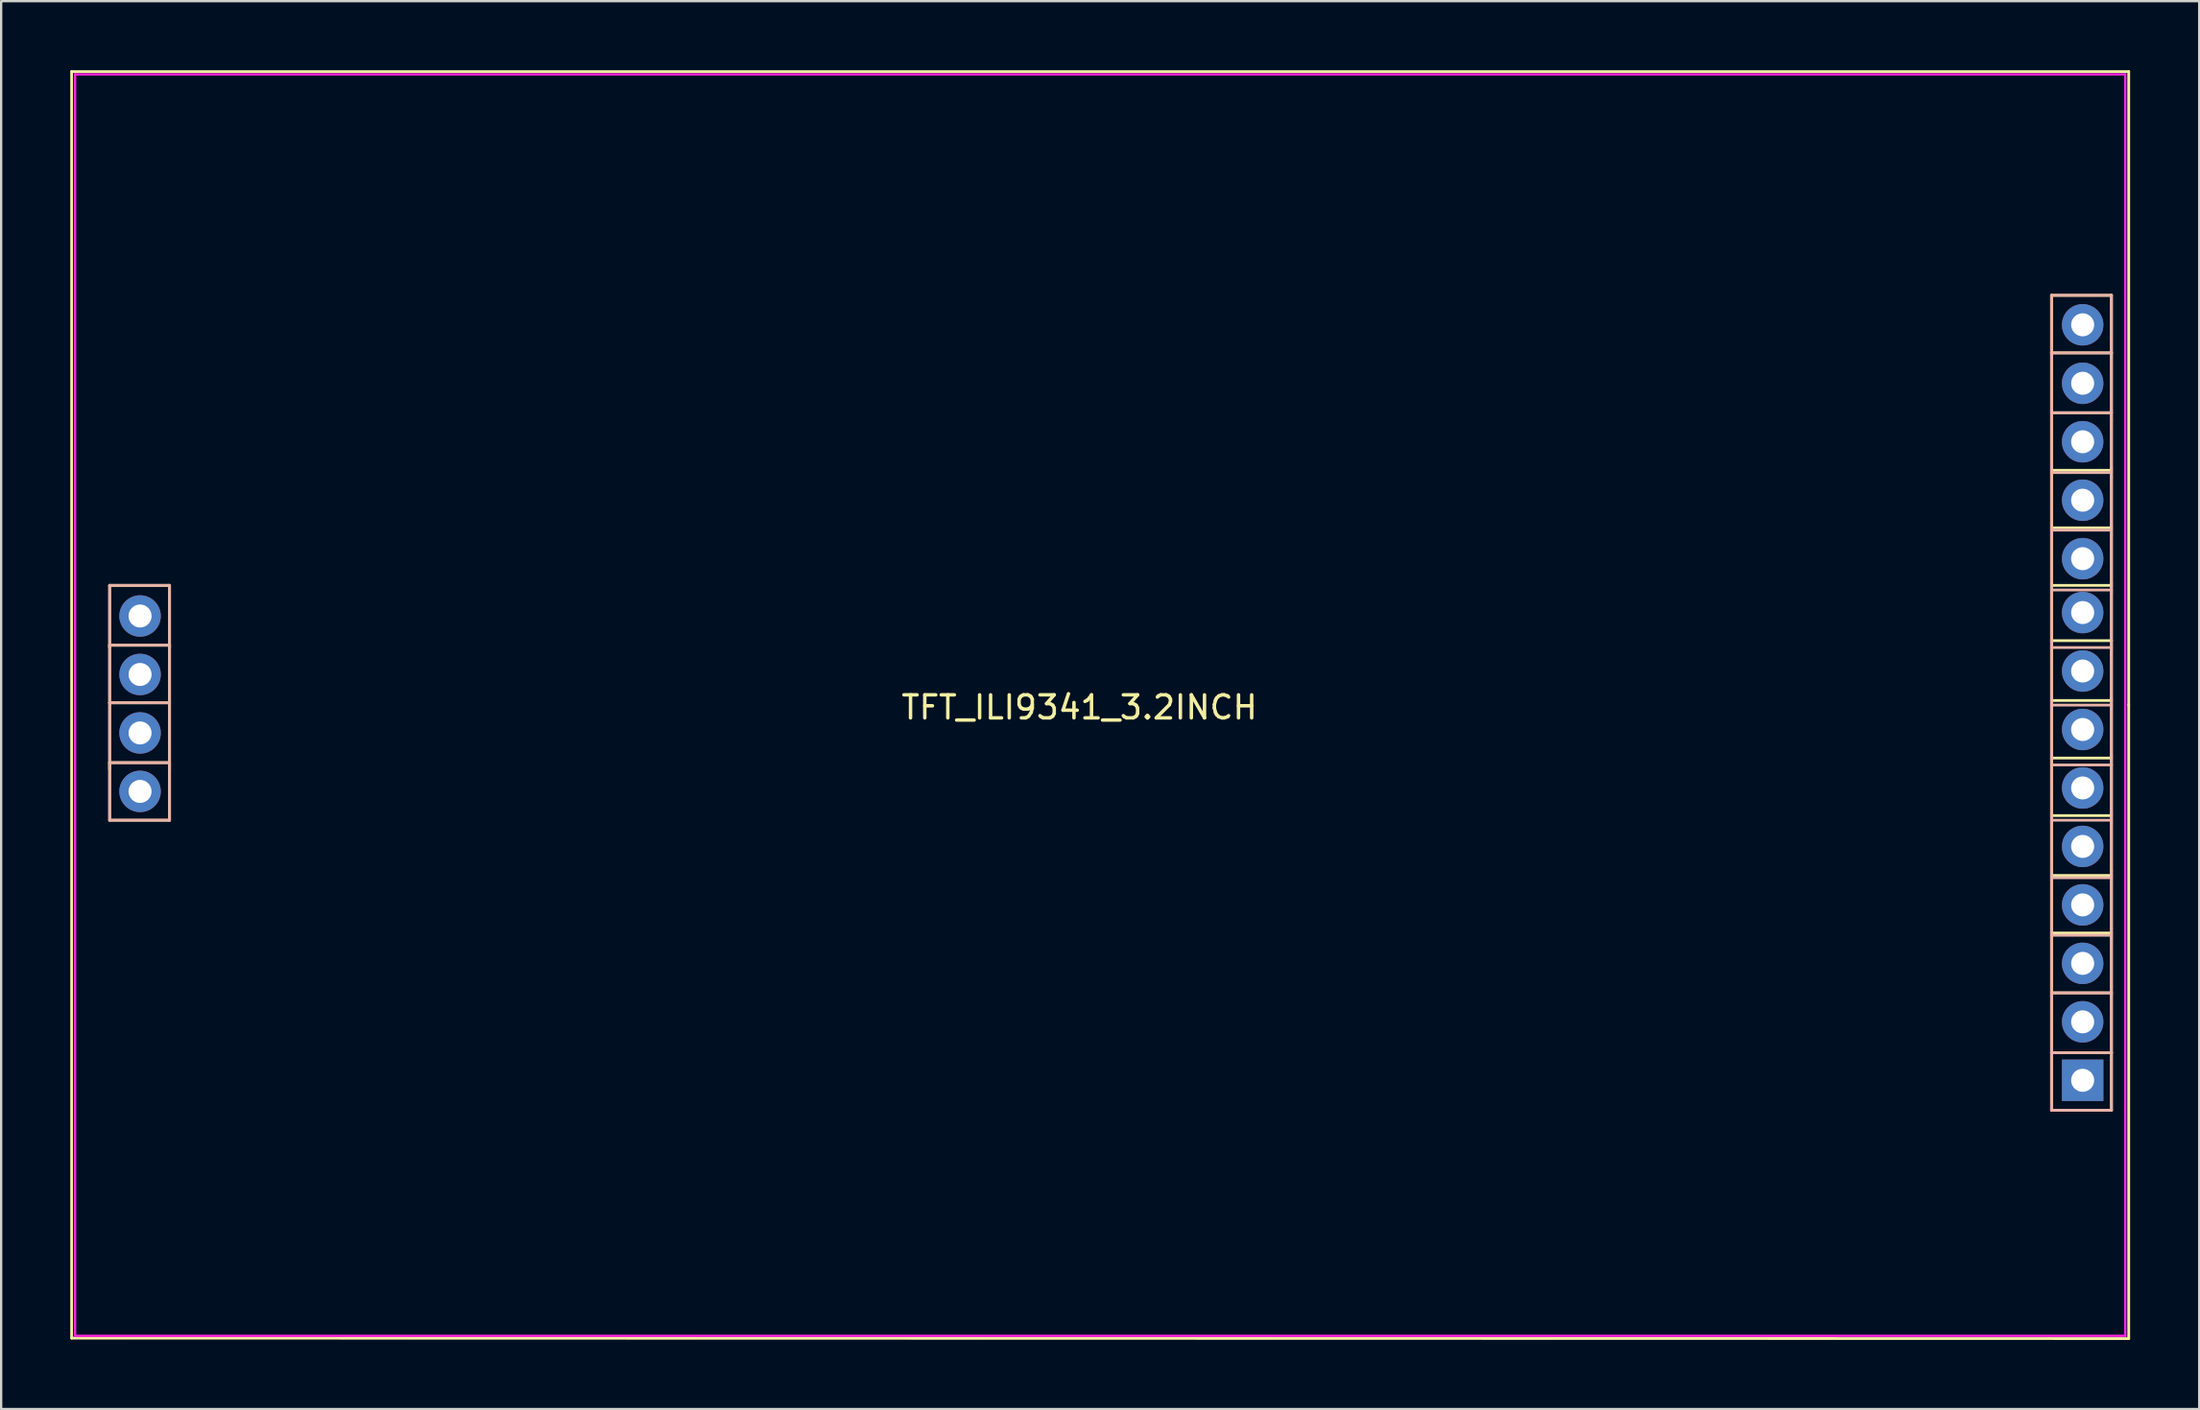
<source format=kicad_pcb>
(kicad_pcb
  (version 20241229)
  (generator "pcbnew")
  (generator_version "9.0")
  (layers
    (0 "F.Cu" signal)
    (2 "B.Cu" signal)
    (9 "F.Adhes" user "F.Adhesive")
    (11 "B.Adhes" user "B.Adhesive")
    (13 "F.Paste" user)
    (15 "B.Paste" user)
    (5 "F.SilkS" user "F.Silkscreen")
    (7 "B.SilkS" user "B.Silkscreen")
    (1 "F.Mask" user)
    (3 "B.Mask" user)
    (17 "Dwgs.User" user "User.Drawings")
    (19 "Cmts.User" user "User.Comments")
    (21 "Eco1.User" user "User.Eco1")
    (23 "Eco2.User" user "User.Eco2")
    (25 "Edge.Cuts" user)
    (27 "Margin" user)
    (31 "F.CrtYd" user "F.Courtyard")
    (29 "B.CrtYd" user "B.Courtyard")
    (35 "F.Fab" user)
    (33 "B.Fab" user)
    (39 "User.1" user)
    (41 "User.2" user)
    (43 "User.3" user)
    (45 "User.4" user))
  (footprint "TFT_ILI9341_3.2INCH"
    (layer "F.Cu")
    (at 44.71 27.58)
    (property "Reference" "TFT_ILI9341_3.2INCH" (at -0.9 0.1 0) (layer "F.SilkS") (effects (font (size 1 1) (thickness 0.15))))
    (attr through_hole)
    (fp_line (start -44.65 -27.52) (end 44.65 -27.52) (stroke (width 0.12) (type solid)) (layer "F.SilkS"))
    (fp_line (start -44.65 27.5) (end -44.65 -27.52) (stroke (width 0.12) (type solid)) (layer "F.SilkS"))
    (fp_line (start -44.65 27.5) (end 44.65 27.52) (stroke (width 0.12) (type solid)) (layer "F.SilkS"))
    (fp_line (start -43 -2.5) (end -43 -5.2) (stroke (width 0.12) (type solid)) (layer "F.SilkS"))
    (fp_line (start -43 -0.1) (end -43 -2.6) (stroke (width 0.12) (type solid)) (layer "F.SilkS"))
    (fp_line (start -43 2.8) (end -43 -0.1) (stroke (width 0.12) (type solid)) (layer "F.SilkS"))
    (fp_line (start -43 5) (end -43 2.5) (stroke (width 0.12) (type solid)) (layer "F.SilkS"))
    (fp_line (start -43 5) (end -40.4 5) (stroke (width 0.12) (type solid)) (layer "F.SilkS"))
    (fp_line (start -40.4 -5.2) (end -43 -5.2) (stroke (width 0.12) (type solid)) (layer "F.SilkS"))
    (fp_line (start -40.4 -2.6) (end -43 -2.6) (stroke (width 0.12) (type solid)) (layer "F.SilkS"))
    (fp_line (start -40.4 -2.5) (end -40.4 -5.2) (stroke (width 0.12) (type solid)) (layer "F.SilkS"))
    (fp_line (start -40.4 -0.1) (end -43 -0.1) (stroke (width 0.12) (type solid)) (layer "F.SilkS"))
    (fp_line (start -40.4 -0.1) (end -40.4 -2.6) (stroke (width 0.12) (type solid)) (layer "F.SilkS"))
    (fp_line (start -40.4 2.5) (end -43 2.5) (stroke (width 0.12) (type solid)) (layer "F.SilkS"))
    (fp_line (start -40.4 2.5) (end -40.4 -0.1) (stroke (width 0.12) (type solid)) (layer "F.SilkS"))
    (fp_line (start -40.4 5) (end -40.4 2.5) (stroke (width 0.12) (type solid)) (layer "F.SilkS"))
    (fp_line (start 41.3 -17.8) (end 41.3 -15.3) (stroke (width 0.12) (type solid)) (layer "F.SilkS"))
    (fp_line (start 41.3 -17.8) (end 43.9 -17.8) (stroke (width 0.12) (type solid)) (layer "F.SilkS"))
    (fp_line (start 41.3 -15.3) (end 41.3 -12.8) (stroke (width 0.12) (type solid)) (layer "F.SilkS"))
    (fp_line (start 41.3 -15.3) (end 43.9 -15.3) (stroke (width 0.12) (type solid)) (layer "F.SilkS"))
    (fp_line (start 41.3 -12.8) (end 41.3 -10.3) (stroke (width 0.12) (type solid)) (layer "F.SilkS"))
    (fp_line (start 41.3 -12.7) (end 43.9 -12.7) (stroke (width 0.12) (type solid)) (layer "F.SilkS"))
    (fp_line (start 41.3 -10.3) (end 41.3 -7.8) (stroke (width 0.12) (type solid)) (layer "F.SilkS"))
    (fp_line (start 41.3 -10.2) (end 43.9 -10.2) (stroke (width 0.12) (type solid)) (layer "F.SilkS"))
    (fp_line (start 41.3 -7.8) (end 41.3 -5.3) (stroke (width 0.12) (type solid)) (layer "F.SilkS"))
    (fp_line (start 41.3 -7.7) (end 43.9 -7.7) (stroke (width 0.12) (type solid)) (layer "F.SilkS"))
    (fp_line (start 41.3 -5.3) (end 41.3 -2.8) (stroke (width 0.12) (type solid)) (layer "F.SilkS"))
    (fp_line (start 41.3 -5.2) (end 43.9 -5.2) (stroke (width 0.12) (type solid)) (layer "F.SilkS"))
    (fp_line (start 41.3 -2.8) (end 41.3 -0.3) (stroke (width 0.12) (type solid)) (layer "F.SilkS"))
    (fp_line (start 41.3 -2.8) (end 43.9 -2.8) (stroke (width 0.12) (type solid)) (layer "F.SilkS"))
    (fp_line (start 41.3 -0.3) (end 41.3 2.2) (stroke (width 0.12) (type solid)) (layer "F.SilkS"))
    (fp_line (start 41.3 -0.2) (end 43.9 -0.2) (stroke (width 0.12) (type solid)) (layer "F.SilkS"))
    (fp_line (start 41.3 2.2) (end 41.3 4.7) (stroke (width 0.12) (type solid)) (layer "F.SilkS"))
    (fp_line (start 41.3 2.3) (end 43.9 2.3) (stroke (width 0.12) (type solid)) (layer "F.SilkS"))
    (fp_line (start 41.3 4.7) (end 41.3 7.2) (stroke (width 0.12) (type solid)) (layer "F.SilkS"))
    (fp_line (start 41.3 4.8) (end 43.9 4.8) (stroke (width 0.12) (type solid)) (layer "F.SilkS"))
    (fp_line (start 41.3 7.2) (end 41.3 9.7) (stroke (width 0.12) (type solid)) (layer "F.SilkS"))
    (fp_line (start 41.3 7.4) (end 43.9 7.4) (stroke (width 0.12) (type solid)) (layer "F.SilkS"))
    (fp_line (start 41.3 9.7) (end 41.3 12.2) (stroke (width 0.12) (type solid)) (layer "F.SilkS"))
    (fp_line (start 41.3 9.9) (end 43.9 9.9) (stroke (width 0.12) (type solid)) (layer "F.SilkS"))
    (fp_line (start 41.3 12.2) (end 41.3 15.1) (stroke (width 0.12) (type solid)) (layer "F.SilkS"))
    (fp_line (start 41.3 12.5) (end 43.9 12.5) (stroke (width 0.12) (type solid)) (layer "F.SilkS"))
    (fp_line (start 41.3 15.1) (end 41.3 17.6) (stroke (width 0.12) (type solid)) (layer "F.SilkS"))
    (fp_line (start 41.3 15.1) (end 43.9 15.1) (stroke (width 0.12) (type solid)) (layer "F.SilkS"))
    (fp_line (start 41.3 17.6) (end 43.9 17.6) (stroke (width 0.12) (type solid)) (layer "F.SilkS"))
    (fp_line (start 43.9 -17.8) (end 43.9 -15.3) (stroke (width 0.12) (type solid)) (layer "F.SilkS"))
    (fp_line (start 43.9 -15.3) (end 43.9 -12.8) (stroke (width 0.12) (type solid)) (layer "F.SilkS"))
    (fp_line (start 43.9 -12.8) (end 43.9 -10.3) (stroke (width 0.12) (type solid)) (layer "F.SilkS"))
    (fp_line (start 43.9 -10.3) (end 43.9 -7.8) (stroke (width 0.12) (type solid)) (layer "F.SilkS"))
    (fp_line (start 43.9 -7.8) (end 43.9 -5.3) (stroke (width 0.12) (type solid)) (layer "F.SilkS"))
    (fp_line (start 43.9 -5.3) (end 43.9 -2.8) (stroke (width 0.12) (type solid)) (layer "F.SilkS"))
    (fp_line (start 43.9 -2.8) (end 43.9 -0.3) (stroke (width 0.12) (type solid)) (layer "F.SilkS"))
    (fp_line (start 43.9 -0.3) (end 43.9 2.2) (stroke (width 0.12) (type solid)) (layer "F.SilkS"))
    (fp_line (start 43.9 2.2) (end 43.9 4.7) (stroke (width 0.12) (type solid)) (layer "F.SilkS"))
    (fp_line (start 43.9 4.7) (end 43.9 7.2) (stroke (width 0.12) (type solid)) (layer "F.SilkS"))
    (fp_line (start 43.9 7.2) (end 43.9 9.7) (stroke (width 0.12) (type solid)) (layer "F.SilkS"))
    (fp_line (start 43.9 9.7) (end 43.9 12.2) (stroke (width 0.12) (type solid)) (layer "F.SilkS"))
    (fp_line (start 43.9 12.2) (end 43.9 15.1) (stroke (width 0.12) (type solid)) (layer "F.SilkS"))
    (fp_line (start 43.9 15.1) (end 43.9 17.6) (stroke (width 0.12) (type solid)) (layer "F.SilkS"))
    (fp_line (start 44.65 0) (end 44.65 -27.52) (stroke (width 0.12) (type solid)) (layer "F.SilkS"))
    (fp_line (start 44.65 0) (end 44.65 27.52) (stroke (width 0.12) (type solid)) (layer "F.SilkS"))
    (fp_line (start -43 -5.2) (end -40.4 -5.2) (stroke (width 0.12) (type solid)) (layer "B.SilkS"))
    (fp_line (start -43 -2.6) (end -40.4 -2.6) (stroke (width 0.12) (type solid)) (layer "B.SilkS"))
    (fp_line (start -43 -2.5) (end -43 -5.2) (stroke (width 0.12) (type solid)) (layer "B.SilkS"))
    (fp_line (start -43 -0.1) (end -43 -2.6) (stroke (width 0.12) (type solid)) (layer "B.SilkS"))
    (fp_line (start -43 -0.1) (end -40.4 -0.1) (stroke (width 0.12) (type solid)) (layer "B.SilkS"))
    (fp_line (start -43 2.5) (end -43 -0.1) (stroke (width 0.12) (type solid)) (layer "B.SilkS"))
    (fp_line (start -43 2.5) (end -40.4 2.5) (stroke (width 0.12) (type solid)) (layer "B.SilkS"))
    (fp_line (start -43 5) (end -43 2.5) (stroke (width 0.12) (type solid)) (layer "B.SilkS"))
    (fp_line (start -40.4 -2.5) (end -40.4 -5.2) (stroke (width 0.12) (type solid)) (layer "B.SilkS"))
    (fp_line (start -40.4 -0.1) (end -40.4 -2.6) (stroke (width 0.12) (type solid)) (layer "B.SilkS"))
    (fp_line (start -40.4 2.8) (end -40.4 -0.1) (stroke (width 0.12) (type solid)) (layer "B.SilkS"))
    (fp_line (start -40.4 5) (end -43 5) (stroke (width 0.12) (type solid)) (layer "B.SilkS"))
    (fp_line (start -40.4 5) (end -40.4 2.5) (stroke (width 0.12) (type solid)) (layer "B.SilkS"))
    (fp_line (start 41.3 -17.8) (end 43.9 -17.8) (stroke (width 0.12) (type solid)) (layer "B.SilkS"))
    (fp_line (start 41.3 -15.3) (end 41.3 -17.8) (stroke (width 0.12) (type solid)) (layer "B.SilkS"))
    (fp_line (start 41.3 -15.3) (end 43.9 -15.3) (stroke (width 0.12) (type solid)) (layer "B.SilkS"))
    (fp_line (start 41.3 -12.7) (end 43.9 -12.7) (stroke (width 0.12) (type solid)) (layer "B.SilkS"))
    (fp_line (start 41.3 -12.4) (end 41.3 -15.3) (stroke (width 0.12) (type solid)) (layer "B.SilkS"))
    (fp_line (start 41.3 -10.1) (end 43.9 -10.1) (stroke (width 0.12) (type solid)) (layer "B.SilkS"))
    (fp_line (start 41.3 -9.9) (end 41.3 -12.4) (stroke (width 0.12) (type solid)) (layer "B.SilkS"))
    (fp_line (start 41.3 -7.6) (end 43.9 -7.6) (stroke (width 0.12) (type solid)) (layer "B.SilkS"))
    (fp_line (start 41.3 -7.4) (end 41.3 -9.9) (stroke (width 0.12) (type solid)) (layer "B.SilkS"))
    (fp_line (start 41.3 -5) (end 43.9 -5) (stroke (width 0.12) (type solid)) (layer "B.SilkS"))
    (fp_line (start 41.3 -4.9) (end 41.3 -7.4) (stroke (width 0.12) (type solid)) (layer "B.SilkS"))
    (fp_line (start 41.3 -2.5) (end 43.9 -2.5) (stroke (width 0.12) (type solid)) (layer "B.SilkS"))
    (fp_line (start 41.3 -2.4) (end 41.3 -4.9) (stroke (width 0.12) (type solid)) (layer "B.SilkS"))
    (fp_line (start 41.3 0) (end 43.9 0) (stroke (width 0.12) (type solid)) (layer "B.SilkS"))
    (fp_line (start 41.3 0.1) (end 41.3 -2.4) (stroke (width 0.12) (type solid)) (layer "B.SilkS"))
    (fp_line (start 41.3 2.6) (end 41.3 0.1) (stroke (width 0.12) (type solid)) (layer "B.SilkS"))
    (fp_line (start 41.3 2.6) (end 43.9 2.6) (stroke (width 0.12) (type solid)) (layer "B.SilkS"))
    (fp_line (start 41.3 5) (end 43.9 5) (stroke (width 0.12) (type solid)) (layer "B.SilkS"))
    (fp_line (start 41.3 5.1) (end 41.3 2.6) (stroke (width 0.12) (type solid)) (layer "B.SilkS"))
    (fp_line (start 41.3 7.5) (end 43.9 7.5) (stroke (width 0.12) (type solid)) (layer "B.SilkS"))
    (fp_line (start 41.3 7.6) (end 41.3 5.1) (stroke (width 0.12) (type solid)) (layer "B.SilkS"))
    (fp_line (start 41.3 10) (end 43.9 10) (stroke (width 0.12) (type solid)) (layer "B.SilkS"))
    (fp_line (start 41.3 10.1) (end 41.3 7.6) (stroke (width 0.12) (type solid)) (layer "B.SilkS"))
    (fp_line (start 41.3 12.5) (end 43.9 12.5) (stroke (width 0.12) (type solid)) (layer "B.SilkS"))
    (fp_line (start 41.3 12.6) (end 41.3 10.1) (stroke (width 0.12) (type solid)) (layer "B.SilkS"))
    (fp_line (start 41.3 15.1) (end 41.3 12.6) (stroke (width 0.12) (type solid)) (layer "B.SilkS"))
    (fp_line (start 41.3 15.1) (end 43.9 15.1) (stroke (width 0.12) (type solid)) (layer "B.SilkS"))
    (fp_line (start 41.3 17.6) (end 41.3 15.1) (stroke (width 0.12) (type solid)) (layer "B.SilkS"))
    (fp_line (start 41.3 17.6) (end 43.9 17.6) (stroke (width 0.12) (type solid)) (layer "B.SilkS"))
    (fp_line (start 43.9 -15.3) (end 43.9 -17.8) (stroke (width 0.12) (type solid)) (layer "B.SilkS"))
    (fp_line (start 43.9 -12.4) (end 43.9 -15.3) (stroke (width 0.12) (type solid)) (layer "B.SilkS"))
    (fp_line (start 43.9 -9.9) (end 43.9 -12.4) (stroke (width 0.12) (type solid)) (layer "B.SilkS"))
    (fp_line (start 43.9 -7.4) (end 43.9 -9.9) (stroke (width 0.12) (type solid)) (layer "B.SilkS"))
    (fp_line (start 43.9 -4.9) (end 43.9 -7.4) (stroke (width 0.12) (type solid)) (layer "B.SilkS"))
    (fp_line (start 43.9 -2.4) (end 43.9 -4.9) (stroke (width 0.12) (type solid)) (layer "B.SilkS"))
    (fp_line (start 43.9 0.1) (end 43.9 -2.4) (stroke (width 0.12) (type solid)) (layer "B.SilkS"))
    (fp_line (start 43.9 2.6) (end 43.9 0.1) (stroke (width 0.12) (type solid)) (layer "B.SilkS"))
    (fp_line (start 43.9 5.1) (end 43.9 2.6) (stroke (width 0.12) (type solid)) (layer "B.SilkS"))
    (fp_line (start 43.9 7.6) (end 43.9 5.1) (stroke (width 0.12) (type solid)) (layer "B.SilkS"))
    (fp_line (start 43.9 10.1) (end 43.9 7.6) (stroke (width 0.12) (type solid)) (layer "B.SilkS"))
    (fp_line (start 43.9 12.6) (end 43.9 10.1) (stroke (width 0.12) (type solid)) (layer "B.SilkS"))
    (fp_line (start 43.9 15.1) (end 43.9 12.6) (stroke (width 0.12) (type solid)) (layer "B.SilkS"))
    (fp_line (start 43.9 17.6) (end 43.9 15.1) (stroke (width 0.12) (type solid)) (layer "B.SilkS"))
    (fp_line (start -44.5 -27.4) (end 44.5 -27.4) (stroke (width 0.1) (type solid)) (layer "F.CrtYd"))
    (fp_line (start -44.5 27.4) (end -44.5 -27.4) (stroke (width 0.1) (type solid)) (layer "F.CrtYd"))
    (fp_line (start 44.5 -27.4) (end 44.5 27.4) (stroke (width 0.1) (type solid)) (layer "F.CrtYd"))
    (fp_line (start 44.5 27.4) (end -44.5 27.4) (stroke (width 0.1) (type solid)) (layer "F.CrtYd"))
    (pad "1" thru_hole rect (at 42.65 16.3 180) (size 1.8 1.8) (drill 1) (layers "*.Cu" "*.Mask"))
    (pad "2" thru_hole circle (at 42.65 13.76 180) (size 1.8 1.8) (drill 1) (layers "*.Cu" "*.Mask"))
    (pad "3" thru_hole circle (at 42.65 11.22 180) (size 1.8 1.8) (drill 1) (layers "*.Cu" "*.Mask"))
    (pad "4" thru_hole circle (at 42.65 8.68 180) (size 1.8 1.8) (drill 1) (layers "*.Cu" "*.Mask"))
    (pad "5" thru_hole circle (at 42.65 6.14 180) (size 1.8 1.8) (drill 1) (layers "*.Cu" "*.Mask"))
    (pad "6" thru_hole circle (at 42.65 3.6 180) (size 1.8 1.8) (drill 1) (layers "*.Cu" "*.Mask"))
    (pad "7" thru_hole circle (at 42.65 1.06 180) (size 1.8 1.8) (drill 1) (layers "*.Cu" "*.Mask"))
    (pad "8" thru_hole circle (at 42.65 -1.48 180) (size 1.8 1.8) (drill 1) (layers "*.Cu" "*.Mask"))
    (pad "9" thru_hole circle (at 42.65 -4.02 180) (size 1.8 1.8) (drill 1) (layers "*.Cu" "*.Mask"))
    (pad "10" thru_hole circle (at 42.65 -6.36 180) (size 1.8 1.8) (drill 1) (layers "*.Cu" "*.Mask"))
    (pad "11" thru_hole circle (at 42.65 -8.9 180) (size 1.8 1.8) (drill 1) (layers "*.Cu" "*.Mask"))
    (pad "12" thru_hole circle (at 42.65 -11.44 180) (size 1.8 1.8) (drill 1) (layers "*.Cu" "*.Mask"))
    (pad "13" thru_hole circle (at 42.65 -13.98 180) (size 1.8 1.8) (drill 1) (layers "*.Cu" "*.Mask"))
    (pad "14" thru_hole circle (at 42.65 -16.52 180) (size 1.8 1.8) (drill 1) (layers "*.Cu" "*.Mask"))
    (pad "15" thru_hole circle (at -41.68 3.75 180) (size 1.8 1.8) (drill 1) (layers "*.Cu" "*.Mask"))
    (pad "16" thru_hole circle (at -41.68 1.21 180) (size 1.8 1.8) (drill 1) (layers "*.Cu" "*.Mask"))
    (pad "17" thru_hole circle (at -41.68 -1.33 180) (size 1.8 1.8) (drill 1) (layers "*.Cu" "*.Mask"))
    (pad "18" thru_hole circle (at -41.68 -3.87 180) (size 1.8 1.8) (drill 1) (layers "*.Cu" "*.Mask")))
  (gr_rect
    (start -3 -3)
    (end 92.42 58.16)
    (stroke (width 0.1) (type default))
    (fill no)
    (layer "Edge.Cuts")))
</source>
